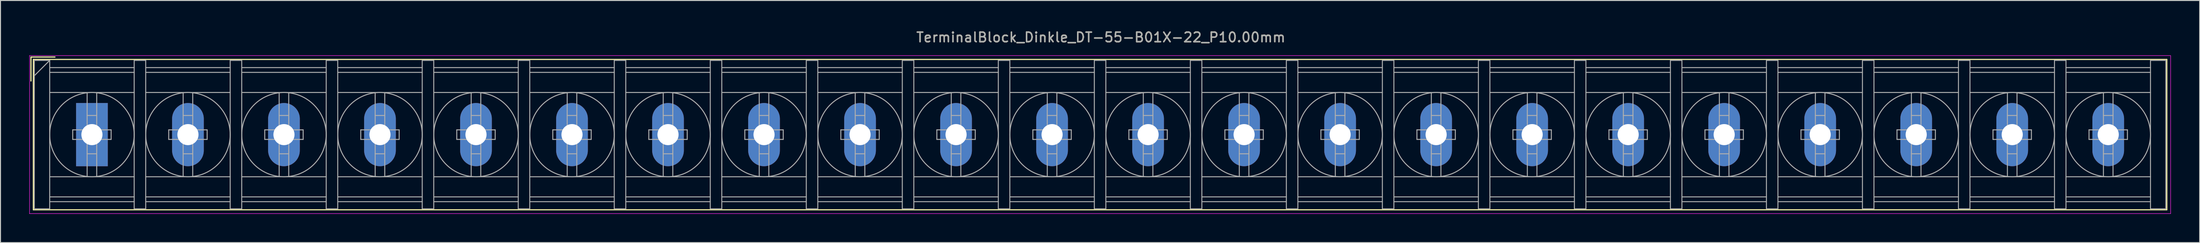
<source format=kicad_pcb>
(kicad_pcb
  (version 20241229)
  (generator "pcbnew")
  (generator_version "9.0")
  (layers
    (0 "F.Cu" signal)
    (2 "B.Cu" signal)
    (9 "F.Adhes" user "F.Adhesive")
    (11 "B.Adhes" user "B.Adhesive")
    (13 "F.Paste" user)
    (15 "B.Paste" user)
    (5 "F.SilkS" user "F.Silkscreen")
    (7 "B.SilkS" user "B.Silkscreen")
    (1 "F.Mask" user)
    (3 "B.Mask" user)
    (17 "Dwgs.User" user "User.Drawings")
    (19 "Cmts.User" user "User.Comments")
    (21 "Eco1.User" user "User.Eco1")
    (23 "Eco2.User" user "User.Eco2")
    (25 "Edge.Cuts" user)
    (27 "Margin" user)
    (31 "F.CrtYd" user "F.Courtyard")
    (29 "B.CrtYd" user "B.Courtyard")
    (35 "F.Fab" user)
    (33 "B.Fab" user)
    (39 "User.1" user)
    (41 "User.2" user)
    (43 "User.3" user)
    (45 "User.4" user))
  (footprint "TerminalBlock_Dinkle_DT-55-B01X-22_P10.00mm"
    (layer "F.Cu")
    (at 6.525 11.008)
    (property "Reference" "TerminalBlock_Dinkle_DT-55-B01X-22_P10.00mm" (at 105.08 -10.16 0) (layer "F.SilkS") (effects (font (size 1 1) (thickness 0.15))))
    (attr through_hole)
    (fp_line (start -6.35 -8.1) (end -3.85 -8.1) (stroke (width 0.12) (type solid)) (layer "F.SilkS"))
    (fp_line (start -6.35 -5.6) (end -6.35 -8.1) (stroke (width 0.12) (type solid)) (layer "F.SilkS"))
    (fp_line (start -6.1 -7.85) (end 216.1 -7.85) (stroke (width 0.12) (type solid)) (layer "F.SilkS"))
    (fp_line (start -6.1 7.85) (end -6.1 -7.85) (stroke (width 0.12) (type solid)) (layer "F.SilkS"))
    (fp_line (start -6.1 7.85) (end 216.1 7.85) (stroke (width 0.12) (type solid)) (layer "F.SilkS"))
    (fp_line (start 216.1 -7.85) (end 216.1 7.85) (stroke (width 0.12) (type solid)) (layer "F.SilkS"))
    (fp_line (start -6.5 -8.25) (end 216.5 -8.25) (stroke (width 0.05) (type solid)) (layer "F.CrtYd"))
    (fp_line (start -6.5 8.25) (end -6.5 -8.25) (stroke (width 0.05) (type solid)) (layer "F.CrtYd"))
    (fp_line (start -6.5 8.25) (end 216.5 8.25) (stroke (width 0.05) (type solid)) (layer "F.CrtYd"))
    (fp_line (start 216.5 -8.25) (end 216.5 8.25) (stroke (width 0.05) (type solid)) (layer "F.CrtYd"))
    (fp_line (start -6 -7.75) (end -6 7.75) (stroke (width 0.1) (type solid)) (layer "F.Fab"))
    (fp_line (start -6 -7.75) (end -4.4 -7.75) (stroke (width 0.1) (type solid)) (layer "F.Fab"))
    (fp_line (start -6 7.75) (end -4.4 7.75) (stroke (width 0.1) (type solid)) (layer "F.Fab"))
    (fp_line (start -4.4 -7.75) (end -6 -6.15) (stroke (width 0.1) (type solid)) (layer "F.Fab"))
    (fp_line (start -4.4 -7.75) (end -4.4 7.75) (stroke (width 0.1) (type solid)) (layer "F.Fab"))
    (fp_line (start -4.4 -7) (end 4.4 -7) (stroke (width 0.1) (type solid)) (layer "F.Fab"))
    (fp_line (start -4.4 -6.5) (end 4.4 -6.5) (stroke (width 0.1) (type solid)) (layer "F.Fab"))
    (fp_line (start -4.4 -4.4) (end 4.4 -4.4) (stroke (width 0.1) (type solid)) (layer "F.Fab"))
    (fp_line (start -4.4 4.4) (end 4.4 4.4) (stroke (width 0.1) (type solid)) (layer "F.Fab"))
    (fp_line (start -4.4 6.5) (end 4.4 6.5) (stroke (width 0.1) (type solid)) (layer "F.Fab"))
    (fp_line (start -4.4 7) (end 4.4 7) (stroke (width 0.1) (type solid)) (layer "F.Fab"))
    (fp_line (start -2 -0.5) (end -2 0.5) (stroke (width 0.1) (type solid)) (layer "F.Fab"))
    (fp_line (start -2 0.5) (end -0.5 0.5) (stroke (width 0.1) (type solid)) (layer "F.Fab"))
    (fp_line (start -0.5 -4.35) (end -0.5 -0.5) (stroke (width 0.1) (type solid)) (layer "F.Fab"))
    (fp_line (start -0.5 -2) (end 0.5 -2) (stroke (width 0.1) (type solid)) (layer "F.Fab"))
    (fp_line (start -0.5 -0.5) (end -2 -0.5) (stroke (width 0.1) (type solid)) (layer "F.Fab"))
    (fp_line (start -0.5 0.5) (end -0.5 4.35) (stroke (width 0.1) (type solid)) (layer "F.Fab"))
    (fp_line (start -0.5 2) (end 0.5 2) (stroke (width 0.1) (type solid)) (layer "F.Fab"))
    (fp_line (start 0.5 -4.35) (end 0.5 -0.5) (stroke (width 0.1) (type solid)) (layer "F.Fab"))
    (fp_line (start 0.5 -0.5) (end 2 -0.5) (stroke (width 0.1) (type solid)) (layer "F.Fab"))
    (fp_line (start 0.5 0.5) (end 0.5 4.35) (stroke (width 0.1) (type solid)) (layer "F.Fab"))
    (fp_line (start 2 -0.5) (end 2 0.5) (stroke (width 0.1) (type solid)) (layer "F.Fab"))
    (fp_line (start 2 0.5) (end 0.5 0.5) (stroke (width 0.1) (type solid)) (layer "F.Fab"))
    (fp_line (start 4.4 -7.75) (end 4.4 7.75) (stroke (width 0.1) (type solid)) (layer "F.Fab"))
    (fp_line (start 4.4 -7.75) (end 5.6 -7.75) (stroke (width 0.1) (type solid)) (layer "F.Fab"))
    (fp_line (start 4.4 7.75) (end 5.6 7.75) (stroke (width 0.1) (type solid)) (layer "F.Fab"))
    (fp_line (start 5.6 -7.75) (end 5.6 7.75) (stroke (width 0.1) (type solid)) (layer "F.Fab"))
    (fp_line (start 5.6 -7) (end 14.4 -7) (stroke (width 0.1) (type solid)) (layer "F.Fab"))
    (fp_line (start 5.6 -6.5) (end 14.4 -6.5) (stroke (width 0.1) (type solid)) (layer "F.Fab"))
    (fp_line (start 5.6 -4.4) (end 14.4 -4.4) (stroke (width 0.1) (type solid)) (layer "F.Fab"))
    (fp_line (start 5.6 4.4) (end 14.4 4.4) (stroke (width 0.1) (type solid)) (layer "F.Fab"))
    (fp_line (start 5.6 6.5) (end 14.4 6.5) (stroke (width 0.1) (type solid)) (layer "F.Fab"))
    (fp_line (start 5.6 7) (end 14.4 7) (stroke (width 0.1) (type solid)) (layer "F.Fab"))
    (fp_line (start 8 -0.5) (end 8 0.5) (stroke (width 0.1) (type solid)) (layer "F.Fab"))
    (fp_line (start 8 0.5) (end 9.5 0.5) (stroke (width 0.1) (type solid)) (layer "F.Fab"))
    (fp_line (start 9.5 -4.35) (end 9.5 -0.5) (stroke (width 0.1) (type solid)) (layer "F.Fab"))
    (fp_line (start 9.5 -2) (end 10.5 -2) (stroke (width 0.1) (type solid)) (layer "F.Fab"))
    (fp_line (start 9.5 -0.5) (end 8 -0.5) (stroke (width 0.1) (type solid)) (layer "F.Fab"))
    (fp_line (start 9.5 0.5) (end 9.5 4.35) (stroke (width 0.1) (type solid)) (layer "F.Fab"))
    (fp_line (start 9.5 2) (end 10.5 2) (stroke (width 0.1) (type solid)) (layer "F.Fab"))
    (fp_line (start 10.5 -4.35) (end 10.5 -0.5) (stroke (width 0.1) (type solid)) (layer "F.Fab"))
    (fp_line (start 10.5 -0.5) (end 12 -0.5) (stroke (width 0.1) (type solid)) (layer "F.Fab"))
    (fp_line (start 10.5 0.5) (end 10.5 4.35) (stroke (width 0.1) (type solid)) (layer "F.Fab"))
    (fp_line (start 12 -0.5) (end 12 0.5) (stroke (width 0.1) (type solid)) (layer "F.Fab"))
    (fp_line (start 12 0.5) (end 10.5 0.5) (stroke (width 0.1) (type solid)) (layer "F.Fab"))
    (fp_line (start 14.4 -7.75) (end 14.4 7.75) (stroke (width 0.1) (type solid)) (layer "F.Fab"))
    (fp_line (start 14.4 -7.75) (end 15.6 -7.75) (stroke (width 0.1) (type solid)) (layer "F.Fab"))
    (fp_line (start 14.4 7.75) (end 15.6 7.75) (stroke (width 0.1) (type solid)) (layer "F.Fab"))
    (fp_line (start 15.6 -7.75) (end 15.6 7.75) (stroke (width 0.1) (type solid)) (layer "F.Fab"))
    (fp_line (start 15.6 -7) (end 24.4 -7) (stroke (width 0.1) (type solid)) (layer "F.Fab"))
    (fp_line (start 15.6 -6.5) (end 24.4 -6.5) (stroke (width 0.1) (type solid)) (layer "F.Fab"))
    (fp_line (start 15.6 -4.4) (end 24.4 -4.4) (stroke (width 0.1) (type solid)) (layer "F.Fab"))
    (fp_line (start 15.6 4.4) (end 24.4 4.4) (stroke (width 0.1) (type solid)) (layer "F.Fab"))
    (fp_line (start 15.6 6.5) (end 24.4 6.5) (stroke (width 0.1) (type solid)) (layer "F.Fab"))
    (fp_line (start 15.6 7) (end 24.4 7) (stroke (width 0.1) (type solid)) (layer "F.Fab"))
    (fp_line (start 18 -0.5) (end 18 0.5) (stroke (width 0.1) (type solid)) (layer "F.Fab"))
    (fp_line (start 18 0.5) (end 19.5 0.5) (stroke (width 0.1) (type solid)) (layer "F.Fab"))
    (fp_line (start 19.5 -4.35) (end 19.5 -0.5) (stroke (width 0.1) (type solid)) (layer "F.Fab"))
    (fp_line (start 19.5 -2) (end 20.5 -2) (stroke (width 0.1) (type solid)) (layer "F.Fab"))
    (fp_line (start 19.5 -0.5) (end 18 -0.5) (stroke (width 0.1) (type solid)) (layer "F.Fab"))
    (fp_line (start 19.5 0.5) (end 19.5 4.35) (stroke (width 0.1) (type solid)) (layer "F.Fab"))
    (fp_line (start 19.5 2) (end 20.5 2) (stroke (width 0.1) (type solid)) (layer "F.Fab"))
    (fp_line (start 20.5 -4.35) (end 20.5 -0.5) (stroke (width 0.1) (type solid)) (layer "F.Fab"))
    (fp_line (start 20.5 -0.5) (end 22 -0.5) (stroke (width 0.1) (type solid)) (layer "F.Fab"))
    (fp_line (start 20.5 0.5) (end 20.5 4.35) (stroke (width 0.1) (type solid)) (layer "F.Fab"))
    (fp_line (start 22 -0.5) (end 22 0.5) (stroke (width 0.1) (type solid)) (layer "F.Fab"))
    (fp_line (start 22 0.5) (end 20.5 0.5) (stroke (width 0.1) (type solid)) (layer "F.Fab"))
    (fp_line (start 24.4 -7.75) (end 24.4 7.75) (stroke (width 0.1) (type solid)) (layer "F.Fab"))
    (fp_line (start 24.4 -7.75) (end 25.6 -7.75) (stroke (width 0.1) (type solid)) (layer "F.Fab"))
    (fp_line (start 24.4 7.75) (end 25.6 7.75) (stroke (width 0.1) (type solid)) (layer "F.Fab"))
    (fp_line (start 25.6 -7.75) (end 25.6 7.75) (stroke (width 0.1) (type solid)) (layer "F.Fab"))
    (fp_line (start 25.6 -7) (end 34.4 -7) (stroke (width 0.1) (type solid)) (layer "F.Fab"))
    (fp_line (start 25.6 -6.5) (end 34.4 -6.5) (stroke (width 0.1) (type solid)) (layer "F.Fab"))
    (fp_line (start 25.6 -4.4) (end 34.4 -4.4) (stroke (width 0.1) (type solid)) (layer "F.Fab"))
    (fp_line (start 25.6 4.4) (end 34.4 4.4) (stroke (width 0.1) (type solid)) (layer "F.Fab"))
    (fp_line (start 25.6 6.5) (end 34.4 6.5) (stroke (width 0.1) (type solid)) (layer "F.Fab"))
    (fp_line (start 25.6 7) (end 34.4 7) (stroke (width 0.1) (type solid)) (layer "F.Fab"))
    (fp_line (start 28 -0.5) (end 28 0.5) (stroke (width 0.1) (type solid)) (layer "F.Fab"))
    (fp_line (start 28 0.5) (end 29.5 0.5) (stroke (width 0.1) (type solid)) (layer "F.Fab"))
    (fp_line (start 29.5 -4.35) (end 29.5 -0.5) (stroke (width 0.1) (type solid)) (layer "F.Fab"))
    (fp_line (start 29.5 -2) (end 30.5 -2) (stroke (width 0.1) (type solid)) (layer "F.Fab"))
    (fp_line (start 29.5 -0.5) (end 28 -0.5) (stroke (width 0.1) (type solid)) (layer "F.Fab"))
    (fp_line (start 29.5 0.5) (end 29.5 4.35) (stroke (width 0.1) (type solid)) (layer "F.Fab"))
    (fp_line (start 29.5 2) (end 30.5 2) (stroke (width 0.1) (type solid)) (layer "F.Fab"))
    (fp_line (start 30.5 -4.35) (end 30.5 -0.5) (stroke (width 0.1) (type solid)) (layer "F.Fab"))
    (fp_line (start 30.5 -0.5) (end 32 -0.5) (stroke (width 0.1) (type solid)) (layer "F.Fab"))
    (fp_line (start 30.5 0.5) (end 30.5 4.35) (stroke (width 0.1) (type solid)) (layer "F.Fab"))
    (fp_line (start 32 -0.5) (end 32 0.5) (stroke (width 0.1) (type solid)) (layer "F.Fab"))
    (fp_line (start 32 0.5) (end 30.5 0.5) (stroke (width 0.1) (type solid)) (layer "F.Fab"))
    (fp_line (start 34.4 -7.75) (end 34.4 7.75) (stroke (width 0.1) (type solid)) (layer "F.Fab"))
    (fp_line (start 34.4 -7.75) (end 35.6 -7.75) (stroke (width 0.1) (type solid)) (layer "F.Fab"))
    (fp_line (start 34.4 7.75) (end 35.6 7.75) (stroke (width 0.1) (type solid)) (layer "F.Fab"))
    (fp_line (start 35.6 -7.75) (end 35.6 7.75) (stroke (width 0.1) (type solid)) (layer "F.Fab"))
    (fp_line (start 35.6 -7) (end 44.4 -7) (stroke (width 0.1) (type solid)) (layer "F.Fab"))
    (fp_line (start 35.6 -6.5) (end 44.4 -6.5) (stroke (width 0.1) (type solid)) (layer "F.Fab"))
    (fp_line (start 35.6 -4.4) (end 44.4 -4.4) (stroke (width 0.1) (type solid)) (layer "F.Fab"))
    (fp_line (start 35.6 4.4) (end 44.4 4.4) (stroke (width 0.1) (type solid)) (layer "F.Fab"))
    (fp_line (start 35.6 6.5) (end 44.4 6.5) (stroke (width 0.1) (type solid)) (layer "F.Fab"))
    (fp_line (start 35.6 7) (end 44.4 7) (stroke (width 0.1) (type solid)) (layer "F.Fab"))
    (fp_line (start 38 -0.5) (end 38 0.5) (stroke (width 0.1) (type solid)) (layer "F.Fab"))
    (fp_line (start 38 0.5) (end 39.5 0.5) (stroke (width 0.1) (type solid)) (layer "F.Fab"))
    (fp_line (start 39.5 -4.35) (end 39.5 -0.5) (stroke (width 0.1) (type solid)) (layer "F.Fab"))
    (fp_line (start 39.5 -2) (end 40.5 -2) (stroke (width 0.1) (type solid)) (layer "F.Fab"))
    (fp_line (start 39.5 -0.5) (end 38 -0.5) (stroke (width 0.1) (type solid)) (layer "F.Fab"))
    (fp_line (start 39.5 0.5) (end 39.5 4.35) (stroke (width 0.1) (type solid)) (layer "F.Fab"))
    (fp_line (start 39.5 2) (end 40.5 2) (stroke (width 0.1) (type solid)) (layer "F.Fab"))
    (fp_line (start 40.5 -4.35) (end 40.5 -0.5) (stroke (width 0.1) (type solid)) (layer "F.Fab"))
    (fp_line (start 40.5 -0.5) (end 42 -0.5) (stroke (width 0.1) (type solid)) (layer "F.Fab"))
    (fp_line (start 40.5 0.5) (end 40.5 4.35) (stroke (width 0.1) (type solid)) (layer "F.Fab"))
    (fp_line (start 42 -0.5) (end 42 0.5) (stroke (width 0.1) (type solid)) (layer "F.Fab"))
    (fp_line (start 42 0.5) (end 40.5 0.5) (stroke (width 0.1) (type solid)) (layer "F.Fab"))
    (fp_line (start 44.4 -7.75) (end 44.4 7.75) (stroke (width 0.1) (type solid)) (layer "F.Fab"))
    (fp_line (start 44.4 -7.75) (end 45.6 -7.75) (stroke (width 0.1) (type solid)) (layer "F.Fab"))
    (fp_line (start 44.4 7.75) (end 45.6 7.75) (stroke (width 0.1) (type solid)) (layer "F.Fab"))
    (fp_line (start 45.6 -7.75) (end 45.6 7.75) (stroke (width 0.1) (type solid)) (layer "F.Fab"))
    (fp_line (start 45.6 -7) (end 54.4 -7) (stroke (width 0.1) (type solid)) (layer "F.Fab"))
    (fp_line (start 45.6 -6.5) (end 54.4 -6.5) (stroke (width 0.1) (type solid)) (layer "F.Fab"))
    (fp_line (start 45.6 -4.4) (end 54.4 -4.4) (stroke (width 0.1) (type solid)) (layer "F.Fab"))
    (fp_line (start 45.6 4.4) (end 54.4 4.4) (stroke (width 0.1) (type solid)) (layer "F.Fab"))
    (fp_line (start 45.6 6.5) (end 54.4 6.5) (stroke (width 0.1) (type solid)) (layer "F.Fab"))
    (fp_line (start 45.6 7) (end 54.4 7) (stroke (width 0.1) (type solid)) (layer "F.Fab"))
    (fp_line (start 48 -0.5) (end 48 0.5) (stroke (width 0.1) (type solid)) (layer "F.Fab"))
    (fp_line (start 48 0.5) (end 49.5 0.5) (stroke (width 0.1) (type solid)) (layer "F.Fab"))
    (fp_line (start 49.5 -4.35) (end 49.5 -0.5) (stroke (width 0.1) (type solid)) (layer "F.Fab"))
    (fp_line (start 49.5 -2) (end 50.5 -2) (stroke (width 0.1) (type solid)) (layer "F.Fab"))
    (fp_line (start 49.5 -0.5) (end 48 -0.5) (stroke (width 0.1) (type solid)) (layer "F.Fab"))
    (fp_line (start 49.5 0.5) (end 49.5 4.35) (stroke (width 0.1) (type solid)) (layer "F.Fab"))
    (fp_line (start 49.5 2) (end 50.5 2) (stroke (width 0.1) (type solid)) (layer "F.Fab"))
    (fp_line (start 50.5 -4.35) (end 50.5 -0.5) (stroke (width 0.1) (type solid)) (layer "F.Fab"))
    (fp_line (start 50.5 -0.5) (end 52 -0.5) (stroke (width 0.1) (type solid)) (layer "F.Fab"))
    (fp_line (start 50.5 0.5) (end 50.5 4.35) (stroke (width 0.1) (type solid)) (layer "F.Fab"))
    (fp_line (start 52 -0.5) (end 52 0.5) (stroke (width 0.1) (type solid)) (layer "F.Fab"))
    (fp_line (start 52 0.5) (end 50.5 0.5) (stroke (width 0.1) (type solid)) (layer "F.Fab"))
    (fp_line (start 54.4 -7.75) (end 54.4 7.75) (stroke (width 0.1) (type solid)) (layer "F.Fab"))
    (fp_line (start 54.4 -7.75) (end 55.6 -7.75) (stroke (width 0.1) (type solid)) (layer "F.Fab"))
    (fp_line (start 54.4 7.75) (end 55.6 7.75) (stroke (width 0.1) (type solid)) (layer "F.Fab"))
    (fp_line (start 55.6 -7.75) (end 55.6 7.75) (stroke (width 0.1) (type solid)) (layer "F.Fab"))
    (fp_line (start 55.6 -7) (end 64.4 -7) (stroke (width 0.1) (type solid)) (layer "F.Fab"))
    (fp_line (start 55.6 -6.5) (end 64.4 -6.5) (stroke (width 0.1) (type solid)) (layer "F.Fab"))
    (fp_line (start 55.6 -4.4) (end 64.4 -4.4) (stroke (width 0.1) (type solid)) (layer "F.Fab"))
    (fp_line (start 55.6 4.4) (end 64.4 4.4) (stroke (width 0.1) (type solid)) (layer "F.Fab"))
    (fp_line (start 55.6 6.5) (end 64.4 6.5) (stroke (width 0.1) (type solid)) (layer "F.Fab"))
    (fp_line (start 55.6 7) (end 64.4 7) (stroke (width 0.1) (type solid)) (layer "F.Fab"))
    (fp_line (start 58 -0.5) (end 58 0.5) (stroke (width 0.1) (type solid)) (layer "F.Fab"))
    (fp_line (start 58 0.5) (end 59.5 0.5) (stroke (width 0.1) (type solid)) (layer "F.Fab"))
    (fp_line (start 59.5 -4.35) (end 59.5 -0.5) (stroke (width 0.1) (type solid)) (layer "F.Fab"))
    (fp_line (start 59.5 -2) (end 60.5 -2) (stroke (width 0.1) (type solid)) (layer "F.Fab"))
    (fp_line (start 59.5 -0.5) (end 58 -0.5) (stroke (width 0.1) (type solid)) (layer "F.Fab"))
    (fp_line (start 59.5 0.5) (end 59.5 4.35) (stroke (width 0.1) (type solid)) (layer "F.Fab"))
    (fp_line (start 59.5 2) (end 60.5 2) (stroke (width 0.1) (type solid)) (layer "F.Fab"))
    (fp_line (start 60.5 -4.35) (end 60.5 -0.5) (stroke (width 0.1) (type solid)) (layer "F.Fab"))
    (fp_line (start 60.5 -0.5) (end 62 -0.5) (stroke (width 0.1) (type solid)) (layer "F.Fab"))
    (fp_line (start 60.5 0.5) (end 60.5 4.35) (stroke (width 0.1) (type solid)) (layer "F.Fab"))
    (fp_line (start 62 -0.5) (end 62 0.5) (stroke (width 0.1) (type solid)) (layer "F.Fab"))
    (fp_line (start 62 0.5) (end 60.5 0.5) (stroke (width 0.1) (type solid)) (layer "F.Fab"))
    (fp_line (start 64.4 -7.75) (end 64.4 7.75) (stroke (width 0.1) (type solid)) (layer "F.Fab"))
    (fp_line (start 64.4 -7.75) (end 65.6 -7.75) (stroke (width 0.1) (type solid)) (layer "F.Fab"))
    (fp_line (start 64.4 7.75) (end 65.6 7.75) (stroke (width 0.1) (type solid)) (layer "F.Fab"))
    (fp_line (start 65.6 -7.75) (end 65.6 7.75) (stroke (width 0.1) (type solid)) (layer "F.Fab"))
    (fp_line (start 65.6 -7) (end 74.4 -7) (stroke (width 0.1) (type solid)) (layer "F.Fab"))
    (fp_line (start 65.6 -6.5) (end 74.4 -6.5) (stroke (width 0.1) (type solid)) (layer "F.Fab"))
    (fp_line (start 65.6 -4.4) (end 74.4 -4.4) (stroke (width 0.1) (type solid)) (layer "F.Fab"))
    (fp_line (start 65.6 4.4) (end 74.4 4.4) (stroke (width 0.1) (type solid)) (layer "F.Fab"))
    (fp_line (start 65.6 6.5) (end 74.4 6.5) (stroke (width 0.1) (type solid)) (layer "F.Fab"))
    (fp_line (start 65.6 7) (end 74.4 7) (stroke (width 0.1) (type solid)) (layer "F.Fab"))
    (fp_line (start 68 -0.5) (end 68 0.5) (stroke (width 0.1) (type solid)) (layer "F.Fab"))
    (fp_line (start 68 0.5) (end 69.5 0.5) (stroke (width 0.1) (type solid)) (layer "F.Fab"))
    (fp_line (start 69.5 -4.35) (end 69.5 -0.5) (stroke (width 0.1) (type solid)) (layer "F.Fab"))
    (fp_line (start 69.5 -2) (end 70.5 -2) (stroke (width 0.1) (type solid)) (layer "F.Fab"))
    (fp_line (start 69.5 -0.5) (end 68 -0.5) (stroke (width 0.1) (type solid)) (layer "F.Fab"))
    (fp_line (start 69.5 0.5) (end 69.5 4.35) (stroke (width 0.1) (type solid)) (layer "F.Fab"))
    (fp_line (start 69.5 2) (end 70.5 2) (stroke (width 0.1) (type solid)) (layer "F.Fab"))
    (fp_line (start 70.5 -4.35) (end 70.5 -0.5) (stroke (width 0.1) (type solid)) (layer "F.Fab"))
    (fp_line (start 70.5 -0.5) (end 72 -0.5) (stroke (width 0.1) (type solid)) (layer "F.Fab"))
    (fp_line (start 70.5 0.5) (end 70.5 4.35) (stroke (width 0.1) (type solid)) (layer "F.Fab"))
    (fp_line (start 72 -0.5) (end 72 0.5) (stroke (width 0.1) (type solid)) (layer "F.Fab"))
    (fp_line (start 72 0.5) (end 70.5 0.5) (stroke (width 0.1) (type solid)) (layer "F.Fab"))
    (fp_line (start 74.4 -7.75) (end 74.4 7.75) (stroke (width 0.1) (type solid)) (layer "F.Fab"))
    (fp_line (start 74.4 -7.75) (end 75.6 -7.75) (stroke (width 0.1) (type solid)) (layer "F.Fab"))
    (fp_line (start 74.4 7.75) (end 75.6 7.75) (stroke (width 0.1) (type solid)) (layer "F.Fab"))
    (fp_line (start 75.6 -7.75) (end 75.6 7.75) (stroke (width 0.1) (type solid)) (layer "F.Fab"))
    (fp_line (start 75.6 -7) (end 84.4 -7) (stroke (width 0.1) (type solid)) (layer "F.Fab"))
    (fp_line (start 75.6 -6.5) (end 84.4 -6.5) (stroke (width 0.1) (type solid)) (layer "F.Fab"))
    (fp_line (start 75.6 -4.4) (end 84.4 -4.4) (stroke (width 0.1) (type solid)) (layer "F.Fab"))
    (fp_line (start 75.6 4.4) (end 84.4 4.4) (stroke (width 0.1) (type solid)) (layer "F.Fab"))
    (fp_line (start 75.6 6.5) (end 84.4 6.5) (stroke (width 0.1) (type solid)) (layer "F.Fab"))
    (fp_line (start 75.6 7) (end 84.4 7) (stroke (width 0.1) (type solid)) (layer "F.Fab"))
    (fp_line (start 78 -0.5) (end 78 0.5) (stroke (width 0.1) (type solid)) (layer "F.Fab"))
    (fp_line (start 78 0.5) (end 79.5 0.5) (stroke (width 0.1) (type solid)) (layer "F.Fab"))
    (fp_line (start 79.5 -4.35) (end 79.5 -0.5) (stroke (width 0.1) (type solid)) (layer "F.Fab"))
    (fp_line (start 79.5 -2) (end 80.5 -2) (stroke (width 0.1) (type solid)) (layer "F.Fab"))
    (fp_line (start 79.5 -0.5) (end 78 -0.5) (stroke (width 0.1) (type solid)) (layer "F.Fab"))
    (fp_line (start 79.5 0.5) (end 79.5 4.35) (stroke (width 0.1) (type solid)) (layer "F.Fab"))
    (fp_line (start 79.5 2) (end 80.5 2) (stroke (width 0.1) (type solid)) (layer "F.Fab"))
    (fp_line (start 80.5 -4.35) (end 80.5 -0.5) (stroke (width 0.1) (type solid)) (layer "F.Fab"))
    (fp_line (start 80.5 -0.5) (end 82 -0.5) (stroke (width 0.1) (type solid)) (layer "F.Fab"))
    (fp_line (start 80.5 0.5) (end 80.5 4.35) (stroke (width 0.1) (type solid)) (layer "F.Fab"))
    (fp_line (start 82 -0.5) (end 82 0.5) (stroke (width 0.1) (type solid)) (layer "F.Fab"))
    (fp_line (start 82 0.5) (end 80.5 0.5) (stroke (width 0.1) (type solid)) (layer "F.Fab"))
    (fp_line (start 84.4 -7.75) (end 84.4 7.75) (stroke (width 0.1) (type solid)) (layer "F.Fab"))
    (fp_line (start 84.4 -7.75) (end 85.6 -7.75) (stroke (width 0.1) (type solid)) (layer "F.Fab"))
    (fp_line (start 84.4 7.75) (end 85.6 7.75) (stroke (width 0.1) (type solid)) (layer "F.Fab"))
    (fp_line (start 85.6 -7.75) (end 85.6 7.75) (stroke (width 0.1) (type solid)) (layer "F.Fab"))
    (fp_line (start 85.6 -7) (end 94.4 -7) (stroke (width 0.1) (type solid)) (layer "F.Fab"))
    (fp_line (start 85.6 -6.5) (end 94.4 -6.5) (stroke (width 0.1) (type solid)) (layer "F.Fab"))
    (fp_line (start 85.6 -4.4) (end 94.4 -4.4) (stroke (width 0.1) (type solid)) (layer "F.Fab"))
    (fp_line (start 85.6 4.4) (end 94.4 4.4) (stroke (width 0.1) (type solid)) (layer "F.Fab"))
    (fp_line (start 85.6 6.5) (end 94.4 6.5) (stroke (width 0.1) (type solid)) (layer "F.Fab"))
    (fp_line (start 85.6 7) (end 94.4 7) (stroke (width 0.1) (type solid)) (layer "F.Fab"))
    (fp_line (start 88 -0.5) (end 88 0.5) (stroke (width 0.1) (type solid)) (layer "F.Fab"))
    (fp_line (start 88 0.5) (end 89.5 0.5) (stroke (width 0.1) (type solid)) (layer "F.Fab"))
    (fp_line (start 89.5 -4.35) (end 89.5 -0.5) (stroke (width 0.1) (type solid)) (layer "F.Fab"))
    (fp_line (start 89.5 -2) (end 90.5 -2) (stroke (width 0.1) (type solid)) (layer "F.Fab"))
    (fp_line (start 89.5 -0.5) (end 88 -0.5) (stroke (width 0.1) (type solid)) (layer "F.Fab"))
    (fp_line (start 89.5 0.5) (end 89.5 4.35) (stroke (width 0.1) (type solid)) (layer "F.Fab"))
    (fp_line (start 89.5 2) (end 90.5 2) (stroke (width 0.1) (type solid)) (layer "F.Fab"))
    (fp_line (start 90.5 -4.35) (end 90.5 -0.5) (stroke (width 0.1) (type solid)) (layer "F.Fab"))
    (fp_line (start 90.5 -0.5) (end 92 -0.5) (stroke (width 0.1) (type solid)) (layer "F.Fab"))
    (fp_line (start 90.5 0.5) (end 90.5 4.35) (stroke (width 0.1) (type solid)) (layer "F.Fab"))
    (fp_line (start 92 -0.5) (end 92 0.5) (stroke (width 0.1) (type solid)) (layer "F.Fab"))
    (fp_line (start 92 0.5) (end 90.5 0.5) (stroke (width 0.1) (type solid)) (layer "F.Fab"))
    (fp_line (start 94.4 -7.75) (end 94.4 7.75) (stroke (width 0.1) (type solid)) (layer "F.Fab"))
    (fp_line (start 94.4 -7.75) (end 95.6 -7.75) (stroke (width 0.1) (type solid)) (layer "F.Fab"))
    (fp_line (start 94.4 7.75) (end 95.6 7.75) (stroke (width 0.1) (type solid)) (layer "F.Fab"))
    (fp_line (start 95.6 -7.75) (end 95.6 7.75) (stroke (width 0.1) (type solid)) (layer "F.Fab"))
    (fp_line (start 95.6 -7) (end 104.4 -7) (stroke (width 0.1) (type solid)) (layer "F.Fab"))
    (fp_line (start 95.6 -6.5) (end 104.4 -6.5) (stroke (width 0.1) (type solid)) (layer "F.Fab"))
    (fp_line (start 95.6 -4.4) (end 104.4 -4.4) (stroke (width 0.1) (type solid)) (layer "F.Fab"))
    (fp_line (start 95.6 4.4) (end 104.4 4.4) (stroke (width 0.1) (type solid)) (layer "F.Fab"))
    (fp_line (start 95.6 6.5) (end 104.4 6.5) (stroke (width 0.1) (type solid)) (layer "F.Fab"))
    (fp_line (start 95.6 7) (end 104.4 7) (stroke (width 0.1) (type solid)) (layer "F.Fab"))
    (fp_line (start 98 -0.5) (end 98 0.5) (stroke (width 0.1) (type solid)) (layer "F.Fab"))
    (fp_line (start 98 0.5) (end 99.5 0.5) (stroke (width 0.1) (type solid)) (layer "F.Fab"))
    (fp_line (start 99.5 -4.35) (end 99.5 -0.5) (stroke (width 0.1) (type solid)) (layer "F.Fab"))
    (fp_line (start 99.5 -2) (end 100.5 -2) (stroke (width 0.1) (type solid)) (layer "F.Fab"))
    (fp_line (start 99.5 -0.5) (end 98 -0.5) (stroke (width 0.1) (type solid)) (layer "F.Fab"))
    (fp_line (start 99.5 0.5) (end 99.5 4.35) (stroke (width 0.1) (type solid)) (layer "F.Fab"))
    (fp_line (start 99.5 2) (end 100.5 2) (stroke (width 0.1) (type solid)) (layer "F.Fab"))
    (fp_line (start 100.5 -4.35) (end 100.5 -0.5) (stroke (width 0.1) (type solid)) (layer "F.Fab"))
    (fp_line (start 100.5 -0.5) (end 102 -0.5) (stroke (width 0.1) (type solid)) (layer "F.Fab"))
    (fp_line (start 100.5 0.5) (end 100.5 4.35) (stroke (width 0.1) (type solid)) (layer "F.Fab"))
    (fp_line (start 102 -0.5) (end 102 0.5) (stroke (width 0.1) (type solid)) (layer "F.Fab"))
    (fp_line (start 102 0.5) (end 100.5 0.5) (stroke (width 0.1) (type solid)) (layer "F.Fab"))
    (fp_line (start 104.4 -7.75) (end 104.4 7.75) (stroke (width 0.1) (type solid)) (layer "F.Fab"))
    (fp_line (start 104.4 -7.75) (end 105.6 -7.75) (stroke (width 0.1) (type solid)) (layer "F.Fab"))
    (fp_line (start 104.4 7.75) (end 105.6 7.75) (stroke (width 0.1) (type solid)) (layer "F.Fab"))
    (fp_line (start 105.6 -7.75) (end 105.6 7.75) (stroke (width 0.1) (type solid)) (layer "F.Fab"))
    (fp_line (start 105.6 -7) (end 114.4 -7) (stroke (width 0.1) (type solid)) (layer "F.Fab"))
    (fp_line (start 105.6 -6.5) (end 114.4 -6.5) (stroke (width 0.1) (type solid)) (layer "F.Fab"))
    (fp_line (start 105.6 -4.4) (end 114.4 -4.4) (stroke (width 0.1) (type solid)) (layer "F.Fab"))
    (fp_line (start 105.6 4.4) (end 114.4 4.4) (stroke (width 0.1) (type solid)) (layer "F.Fab"))
    (fp_line (start 105.6 6.5) (end 114.4 6.5) (stroke (width 0.1) (type solid)) (layer "F.Fab"))
    (fp_line (start 105.6 7) (end 114.4 7) (stroke (width 0.1) (type solid)) (layer "F.Fab"))
    (fp_line (start 108 -0.5) (end 108 0.5) (stroke (width 0.1) (type solid)) (layer "F.Fab"))
    (fp_line (start 108 0.5) (end 109.5 0.5) (stroke (width 0.1) (type solid)) (layer "F.Fab"))
    (fp_line (start 109.5 -4.35) (end 109.5 -0.5) (stroke (width 0.1) (type solid)) (layer "F.Fab"))
    (fp_line (start 109.5 -2) (end 110.5 -2) (stroke (width 0.1) (type solid)) (layer "F.Fab"))
    (fp_line (start 109.5 -0.5) (end 108 -0.5) (stroke (width 0.1) (type solid)) (layer "F.Fab"))
    (fp_line (start 109.5 0.5) (end 109.5 4.35) (stroke (width 0.1) (type solid)) (layer "F.Fab"))
    (fp_line (start 109.5 2) (end 110.5 2) (stroke (width 0.1) (type solid)) (layer "F.Fab"))
    (fp_line (start 110.5 -4.35) (end 110.5 -0.5) (stroke (width 0.1) (type solid)) (layer "F.Fab"))
    (fp_line (start 110.5 -0.5) (end 112 -0.5) (stroke (width 0.1) (type solid)) (layer "F.Fab"))
    (fp_line (start 110.5 0.5) (end 110.5 4.35) (stroke (width 0.1) (type solid)) (layer "F.Fab"))
    (fp_line (start 112 -0.5) (end 112 0.5) (stroke (width 0.1) (type solid)) (layer "F.Fab"))
    (fp_line (start 112 0.5) (end 110.5 0.5) (stroke (width 0.1) (type solid)) (layer "F.Fab"))
    (fp_line (start 114.4 -7.75) (end 114.4 7.75) (stroke (width 0.1) (type solid)) (layer "F.Fab"))
    (fp_line (start 114.4 -7.75) (end 115.6 -7.75) (stroke (width 0.1) (type solid)) (layer "F.Fab"))
    (fp_line (start 114.4 7.75) (end 115.6 7.75) (stroke (width 0.1) (type solid)) (layer "F.Fab"))
    (fp_line (start 115.6 -7.75) (end 115.6 7.75) (stroke (width 0.1) (type solid)) (layer "F.Fab"))
    (fp_line (start 115.6 -7) (end 124.4 -7) (stroke (width 0.1) (type solid)) (layer "F.Fab"))
    (fp_line (start 115.6 -6.5) (end 124.4 -6.5) (stroke (width 0.1) (type solid)) (layer "F.Fab"))
    (fp_line (start 115.6 -4.4) (end 124.4 -4.4) (stroke (width 0.1) (type solid)) (layer "F.Fab"))
    (fp_line (start 115.6 4.4) (end 124.4 4.4) (stroke (width 0.1) (type solid)) (layer "F.Fab"))
    (fp_line (start 115.6 6.5) (end 124.4 6.5) (stroke (width 0.1) (type solid)) (layer "F.Fab"))
    (fp_line (start 115.6 7) (end 124.4 7) (stroke (width 0.1) (type solid)) (layer "F.Fab"))
    (fp_line (start 118 -0.5) (end 118 0.5) (stroke (width 0.1) (type solid)) (layer "F.Fab"))
    (fp_line (start 118 0.5) (end 119.5 0.5) (stroke (width 0.1) (type solid)) (layer "F.Fab"))
    (fp_line (start 119.5 -4.35) (end 119.5 -0.5) (stroke (width 0.1) (type solid)) (layer "F.Fab"))
    (fp_line (start 119.5 -2) (end 120.5 -2) (stroke (width 0.1) (type solid)) (layer "F.Fab"))
    (fp_line (start 119.5 -0.5) (end 118 -0.5) (stroke (width 0.1) (type solid)) (layer "F.Fab"))
    (fp_line (start 119.5 0.5) (end 119.5 4.35) (stroke (width 0.1) (type solid)) (layer "F.Fab"))
    (fp_line (start 119.5 2) (end 120.5 2) (stroke (width 0.1) (type solid)) (layer "F.Fab"))
    (fp_line (start 120.5 -4.35) (end 120.5 -0.5) (stroke (width 0.1) (type solid)) (layer "F.Fab"))
    (fp_line (start 120.5 -0.5) (end 122 -0.5) (stroke (width 0.1) (type solid)) (layer "F.Fab"))
    (fp_line (start 120.5 0.5) (end 120.5 4.35) (stroke (width 0.1) (type solid)) (layer "F.Fab"))
    (fp_line (start 122 -0.5) (end 122 0.5) (stroke (width 0.1) (type solid)) (layer "F.Fab"))
    (fp_line (start 122 0.5) (end 120.5 0.5) (stroke (width 0.1) (type solid)) (layer "F.Fab"))
    (fp_line (start 124.4 -7.75) (end 124.4 7.75) (stroke (width 0.1) (type solid)) (layer "F.Fab"))
    (fp_line (start 124.4 -7.75) (end 125.6 -7.75) (stroke (width 0.1) (type solid)) (layer "F.Fab"))
    (fp_line (start 124.4 7.75) (end 125.6 7.75) (stroke (width 0.1) (type solid)) (layer "F.Fab"))
    (fp_line (start 125.6 -7.75) (end 125.6 7.75) (stroke (width 0.1) (type solid)) (layer "F.Fab"))
    (fp_line (start 125.6 -7) (end 134.4 -7) (stroke (width 0.1) (type solid)) (layer "F.Fab"))
    (fp_line (start 125.6 -6.5) (end 134.4 -6.5) (stroke (width 0.1) (type solid)) (layer "F.Fab"))
    (fp_line (start 125.6 -4.4) (end 134.4 -4.4) (stroke (width 0.1) (type solid)) (layer "F.Fab"))
    (fp_line (start 125.6 4.4) (end 134.4 4.4) (stroke (width 0.1) (type solid)) (layer "F.Fab"))
    (fp_line (start 125.6 6.5) (end 134.4 6.5) (stroke (width 0.1) (type solid)) (layer "F.Fab"))
    (fp_line (start 125.6 7) (end 134.4 7) (stroke (width 0.1) (type solid)) (layer "F.Fab"))
    (fp_line (start 128 -0.5) (end 128 0.5) (stroke (width 0.1) (type solid)) (layer "F.Fab"))
    (fp_line (start 128 0.5) (end 129.5 0.5) (stroke (width 0.1) (type solid)) (layer "F.Fab"))
    (fp_line (start 129.5 -4.35) (end 129.5 -0.5) (stroke (width 0.1) (type solid)) (layer "F.Fab"))
    (fp_line (start 129.5 -2) (end 130.5 -2) (stroke (width 0.1) (type solid)) (layer "F.Fab"))
    (fp_line (start 129.5 -0.5) (end 128 -0.5) (stroke (width 0.1) (type solid)) (layer "F.Fab"))
    (fp_line (start 129.5 0.5) (end 129.5 4.35) (stroke (width 0.1) (type solid)) (layer "F.Fab"))
    (fp_line (start 129.5 2) (end 130.5 2) (stroke (width 0.1) (type solid)) (layer "F.Fab"))
    (fp_line (start 130.5 -4.35) (end 130.5 -0.5) (stroke (width 0.1) (type solid)) (layer "F.Fab"))
    (fp_line (start 130.5 -0.5) (end 132 -0.5) (stroke (width 0.1) (type solid)) (layer "F.Fab"))
    (fp_line (start 130.5 0.5) (end 130.5 4.35) (stroke (width 0.1) (type solid)) (layer "F.Fab"))
    (fp_line (start 132 -0.5) (end 132 0.5) (stroke (width 0.1) (type solid)) (layer "F.Fab"))
    (fp_line (start 132 0.5) (end 130.5 0.5) (stroke (width 0.1) (type solid)) (layer "F.Fab"))
    (fp_line (start 134.4 -7.75) (end 134.4 7.75) (stroke (width 0.1) (type solid)) (layer "F.Fab"))
    (fp_line (start 134.4 -7.75) (end 135.6 -7.75) (stroke (width 0.1) (type solid)) (layer "F.Fab"))
    (fp_line (start 134.4 7.75) (end 135.6 7.75) (stroke (width 0.1) (type solid)) (layer "F.Fab"))
    (fp_line (start 135.6 -7.75) (end 135.6 7.75) (stroke (width 0.1) (type solid)) (layer "F.Fab"))
    (fp_line (start 135.6 -7) (end 144.4 -7) (stroke (width 0.1) (type solid)) (layer "F.Fab"))
    (fp_line (start 135.6 -6.5) (end 144.4 -6.5) (stroke (width 0.1) (type solid)) (layer "F.Fab"))
    (fp_line (start 135.6 -4.4) (end 144.4 -4.4) (stroke (width 0.1) (type solid)) (layer "F.Fab"))
    (fp_line (start 135.6 4.4) (end 144.4 4.4) (stroke (width 0.1) (type solid)) (layer "F.Fab"))
    (fp_line (start 135.6 6.5) (end 144.4 6.5) (stroke (width 0.1) (type solid)) (layer "F.Fab"))
    (fp_line (start 135.6 7) (end 144.4 7) (stroke (width 0.1) (type solid)) (layer "F.Fab"))
    (fp_line (start 138 -0.5) (end 138 0.5) (stroke (width 0.1) (type solid)) (layer "F.Fab"))
    (fp_line (start 138 0.5) (end 139.5 0.5) (stroke (width 0.1) (type solid)) (layer "F.Fab"))
    (fp_line (start 139.5 -4.35) (end 139.5 -0.5) (stroke (width 0.1) (type solid)) (layer "F.Fab"))
    (fp_line (start 139.5 -2) (end 140.5 -2) (stroke (width 0.1) (type solid)) (layer "F.Fab"))
    (fp_line (start 139.5 -0.5) (end 138 -0.5) (stroke (width 0.1) (type solid)) (layer "F.Fab"))
    (fp_line (start 139.5 0.5) (end 139.5 4.35) (stroke (width 0.1) (type solid)) (layer "F.Fab"))
    (fp_line (start 139.5 2) (end 140.5 2) (stroke (width 0.1) (type solid)) (layer "F.Fab"))
    (fp_line (start 140.5 -4.35) (end 140.5 -0.5) (stroke (width 0.1) (type solid)) (layer "F.Fab"))
    (fp_line (start 140.5 -0.5) (end 142 -0.5) (stroke (width 0.1) (type solid)) (layer "F.Fab"))
    (fp_line (start 140.5 0.5) (end 140.5 4.35) (stroke (width 0.1) (type solid)) (layer "F.Fab"))
    (fp_line (start 142 -0.5) (end 142 0.5) (stroke (width 0.1) (type solid)) (layer "F.Fab"))
    (fp_line (start 142 0.5) (end 140.5 0.5) (stroke (width 0.1) (type solid)) (layer "F.Fab"))
    (fp_line (start 144.4 -7.75) (end 144.4 7.75) (stroke (width 0.1) (type solid)) (layer "F.Fab"))
    (fp_line (start 144.4 -7.75) (end 145.6 -7.75) (stroke (width 0.1) (type solid)) (layer "F.Fab"))
    (fp_line (start 144.4 7.75) (end 145.6 7.75) (stroke (width 0.1) (type solid)) (layer "F.Fab"))
    (fp_line (start 145.6 -7.75) (end 145.6 7.75) (stroke (width 0.1) (type solid)) (layer "F.Fab"))
    (fp_line (start 145.6 -7) (end 154.4 -7) (stroke (width 0.1) (type solid)) (layer "F.Fab"))
    (fp_line (start 145.6 -6.5) (end 154.4 -6.5) (stroke (width 0.1) (type solid)) (layer "F.Fab"))
    (fp_line (start 145.6 -4.4) (end 154.4 -4.4) (stroke (width 0.1) (type solid)) (layer "F.Fab"))
    (fp_line (start 145.6 4.4) (end 154.4 4.4) (stroke (width 0.1) (type solid)) (layer "F.Fab"))
    (fp_line (start 145.6 6.5) (end 154.4 6.5) (stroke (width 0.1) (type solid)) (layer "F.Fab"))
    (fp_line (start 145.6 7) (end 154.4 7) (stroke (width 0.1) (type solid)) (layer "F.Fab"))
    (fp_line (start 148 -0.5) (end 148 0.5) (stroke (width 0.1) (type solid)) (layer "F.Fab"))
    (fp_line (start 148 0.5) (end 149.5 0.5) (stroke (width 0.1) (type solid)) (layer "F.Fab"))
    (fp_line (start 149.5 -4.35) (end 149.5 -0.5) (stroke (width 0.1) (type solid)) (layer "F.Fab"))
    (fp_line (start 149.5 -2) (end 150.5 -2) (stroke (width 0.1) (type solid)) (layer "F.Fab"))
    (fp_line (start 149.5 -0.5) (end 148 -0.5) (stroke (width 0.1) (type solid)) (layer "F.Fab"))
    (fp_line (start 149.5 0.5) (end 149.5 4.35) (stroke (width 0.1) (type solid)) (layer "F.Fab"))
    (fp_line (start 149.5 2) (end 150.5 2) (stroke (width 0.1) (type solid)) (layer "F.Fab"))
    (fp_line (start 150.5 -4.35) (end 150.5 -0.5) (stroke (width 0.1) (type solid)) (layer "F.Fab"))
    (fp_line (start 150.5 -0.5) (end 152 -0.5) (stroke (width 0.1) (type solid)) (layer "F.Fab"))
    (fp_line (start 150.5 0.5) (end 150.5 4.35) (stroke (width 0.1) (type solid)) (layer "F.Fab"))
    (fp_line (start 152 -0.5) (end 152 0.5) (stroke (width 0.1) (type solid)) (layer "F.Fab"))
    (fp_line (start 152 0.5) (end 150.5 0.5) (stroke (width 0.1) (type solid)) (layer "F.Fab"))
    (fp_line (start 154.4 -7.75) (end 154.4 7.75) (stroke (width 0.1) (type solid)) (layer "F.Fab"))
    (fp_line (start 154.4 -7.75) (end 155.6 -7.75) (stroke (width 0.1) (type solid)) (layer "F.Fab"))
    (fp_line (start 154.4 7.75) (end 155.6 7.75) (stroke (width 0.1) (type solid)) (layer "F.Fab"))
    (fp_line (start 155.6 -7.75) (end 155.6 7.75) (stroke (width 0.1) (type solid)) (layer "F.Fab"))
    (fp_line (start 155.6 -7) (end 164.4 -7) (stroke (width 0.1) (type solid)) (layer "F.Fab"))
    (fp_line (start 155.6 -6.5) (end 164.4 -6.5) (stroke (width 0.1) (type solid)) (layer "F.Fab"))
    (fp_line (start 155.6 -4.4) (end 164.4 -4.4) (stroke (width 0.1) (type solid)) (layer "F.Fab"))
    (fp_line (start 155.6 4.4) (end 164.4 4.4) (stroke (width 0.1) (type solid)) (layer "F.Fab"))
    (fp_line (start 155.6 6.5) (end 164.4 6.5) (stroke (width 0.1) (type solid)) (layer "F.Fab"))
    (fp_line (start 155.6 7) (end 164.4 7) (stroke (width 0.1) (type solid)) (layer "F.Fab"))
    (fp_line (start 158 -0.5) (end 158 0.5) (stroke (width 0.1) (type solid)) (layer "F.Fab"))
    (fp_line (start 158 0.5) (end 159.5 0.5) (stroke (width 0.1) (type solid)) (layer "F.Fab"))
    (fp_line (start 159.5 -4.35) (end 159.5 -0.5) (stroke (width 0.1) (type solid)) (layer "F.Fab"))
    (fp_line (start 159.5 -2) (end 160.5 -2) (stroke (width 0.1) (type solid)) (layer "F.Fab"))
    (fp_line (start 159.5 -0.5) (end 158 -0.5) (stroke (width 0.1) (type solid)) (layer "F.Fab"))
    (fp_line (start 159.5 0.5) (end 159.5 4.35) (stroke (width 0.1) (type solid)) (layer "F.Fab"))
    (fp_line (start 159.5 2) (end 160.5 2) (stroke (width 0.1) (type solid)) (layer "F.Fab"))
    (fp_line (start 160.5 -4.35) (end 160.5 -0.5) (stroke (width 0.1) (type solid)) (layer "F.Fab"))
    (fp_line (start 160.5 -0.5) (end 162 -0.5) (stroke (width 0.1) (type solid)) (layer "F.Fab"))
    (fp_line (start 160.5 0.5) (end 160.5 4.35) (stroke (width 0.1) (type solid)) (layer "F.Fab"))
    (fp_line (start 162 -0.5) (end 162 0.5) (stroke (width 0.1) (type solid)) (layer "F.Fab"))
    (fp_line (start 162 0.5) (end 160.5 0.5) (stroke (width 0.1) (type solid)) (layer "F.Fab"))
    (fp_line (start 164.4 -7.75) (end 164.4 7.75) (stroke (width 0.1) (type solid)) (layer "F.Fab"))
    (fp_line (start 164.4 -7.75) (end 165.6 -7.75) (stroke (width 0.1) (type solid)) (layer "F.Fab"))
    (fp_line (start 164.4 7.75) (end 165.6 7.75) (stroke (width 0.1) (type solid)) (layer "F.Fab"))
    (fp_line (start 165.6 -7.75) (end 165.6 7.75) (stroke (width 0.1) (type solid)) (layer "F.Fab"))
    (fp_line (start 165.6 -7) (end 174.4 -7) (stroke (width 0.1) (type solid)) (layer "F.Fab"))
    (fp_line (start 165.6 -6.5) (end 174.4 -6.5) (stroke (width 0.1) (type solid)) (layer "F.Fab"))
    (fp_line (start 165.6 -4.4) (end 174.4 -4.4) (stroke (width 0.1) (type solid)) (layer "F.Fab"))
    (fp_line (start 165.6 4.4) (end 174.4 4.4) (stroke (width 0.1) (type solid)) (layer "F.Fab"))
    (fp_line (start 165.6 6.5) (end 174.4 6.5) (stroke (width 0.1) (type solid)) (layer "F.Fab"))
    (fp_line (start 165.6 7) (end 174.4 7) (stroke (width 0.1) (type solid)) (layer "F.Fab"))
    (fp_line (start 168 -0.5) (end 168 0.5) (stroke (width 0.1) (type solid)) (layer "F.Fab"))
    (fp_line (start 168 0.5) (end 169.5 0.5) (stroke (width 0.1) (type solid)) (layer "F.Fab"))
    (fp_line (start 169.5 -4.35) (end 169.5 -0.5) (stroke (width 0.1) (type solid)) (layer "F.Fab"))
    (fp_line (start 169.5 -2) (end 170.5 -2) (stroke (width 0.1) (type solid)) (layer "F.Fab"))
    (fp_line (start 169.5 -0.5) (end 168 -0.5) (stroke (width 0.1) (type solid)) (layer "F.Fab"))
    (fp_line (start 169.5 0.5) (end 169.5 4.35) (stroke (width 0.1) (type solid)) (layer "F.Fab"))
    (fp_line (start 169.5 2) (end 170.5 2) (stroke (width 0.1) (type solid)) (layer "F.Fab"))
    (fp_line (start 170.5 -4.35) (end 170.5 -0.5) (stroke (width 0.1) (type solid)) (layer "F.Fab"))
    (fp_line (start 170.5 -0.5) (end 172 -0.5) (stroke (width 0.1) (type solid)) (layer "F.Fab"))
    (fp_line (start 170.5 0.5) (end 170.5 4.35) (stroke (width 0.1) (type solid)) (layer "F.Fab"))
    (fp_line (start 172 -0.5) (end 172 0.5) (stroke (width 0.1) (type solid)) (layer "F.Fab"))
    (fp_line (start 172 0.5) (end 170.5 0.5) (stroke (width 0.1) (type solid)) (layer "F.Fab"))
    (fp_line (start 174.4 -7.75) (end 174.4 7.75) (stroke (width 0.1) (type solid)) (layer "F.Fab"))
    (fp_line (start 174.4 -7.75) (end 175.6 -7.75) (stroke (width 0.1) (type solid)) (layer "F.Fab"))
    (fp_line (start 174.4 7.75) (end 175.6 7.75) (stroke (width 0.1) (type solid)) (layer "F.Fab"))
    (fp_line (start 175.6 -7.75) (end 175.6 7.75) (stroke (width 0.1) (type solid)) (layer "F.Fab"))
    (fp_line (start 175.6 -7) (end 184.4 -7) (stroke (width 0.1) (type solid)) (layer "F.Fab"))
    (fp_line (start 175.6 -6.5) (end 184.4 -6.5) (stroke (width 0.1) (type solid)) (layer "F.Fab"))
    (fp_line (start 175.6 -4.4) (end 184.4 -4.4) (stroke (width 0.1) (type solid)) (layer "F.Fab"))
    (fp_line (start 175.6 4.4) (end 184.4 4.4) (stroke (width 0.1) (type solid)) (layer "F.Fab"))
    (fp_line (start 175.6 6.5) (end 184.4 6.5) (stroke (width 0.1) (type solid)) (layer "F.Fab"))
    (fp_line (start 175.6 7) (end 184.4 7) (stroke (width 0.1) (type solid)) (layer "F.Fab"))
    (fp_line (start 178 -0.5) (end 178 0.5) (stroke (width 0.1) (type solid)) (layer "F.Fab"))
    (fp_line (start 178 0.5) (end 179.5 0.5) (stroke (width 0.1) (type solid)) (layer "F.Fab"))
    (fp_line (start 179.5 -4.35) (end 179.5 -0.5) (stroke (width 0.1) (type solid)) (layer "F.Fab"))
    (fp_line (start 179.5 -2) (end 180.5 -2) (stroke (width 0.1) (type solid)) (layer "F.Fab"))
    (fp_line (start 179.5 -0.5) (end 178 -0.5) (stroke (width 0.1) (type solid)) (layer "F.Fab"))
    (fp_line (start 179.5 0.5) (end 179.5 4.35) (stroke (width 0.1) (type solid)) (layer "F.Fab"))
    (fp_line (start 179.5 2) (end 180.5 2) (stroke (width 0.1) (type solid)) (layer "F.Fab"))
    (fp_line (start 180.5 -4.35) (end 180.5 -0.5) (stroke (width 0.1) (type solid)) (layer "F.Fab"))
    (fp_line (start 180.5 -0.5) (end 182 -0.5) (stroke (width 0.1) (type solid)) (layer "F.Fab"))
    (fp_line (start 180.5 0.5) (end 180.5 4.35) (stroke (width 0.1) (type solid)) (layer "F.Fab"))
    (fp_line (start 182 -0.5) (end 182 0.5) (stroke (width 0.1) (type solid)) (layer "F.Fab"))
    (fp_line (start 182 0.5) (end 180.5 0.5) (stroke (width 0.1) (type solid)) (layer "F.Fab"))
    (fp_line (start 184.4 -7.75) (end 184.4 7.75) (stroke (width 0.1) (type solid)) (layer "F.Fab"))
    (fp_line (start 184.4 -7.75) (end 185.6 -7.75) (stroke (width 0.1) (type solid)) (layer "F.Fab"))
    (fp_line (start 184.4 7.75) (end 185.6 7.75) (stroke (width 0.1) (type solid)) (layer "F.Fab"))
    (fp_line (start 185.6 -7.75) (end 185.6 7.75) (stroke (width 0.1) (type solid)) (layer "F.Fab"))
    (fp_line (start 185.6 -7) (end 194.4 -7) (stroke (width 0.1) (type solid)) (layer "F.Fab"))
    (fp_line (start 185.6 -6.5) (end 194.4 -6.5) (stroke (width 0.1) (type solid)) (layer "F.Fab"))
    (fp_line (start 185.6 -4.4) (end 194.4 -4.4) (stroke (width 0.1) (type solid)) (layer "F.Fab"))
    (fp_line (start 185.6 4.4) (end 194.4 4.4) (stroke (width 0.1) (type solid)) (layer "F.Fab"))
    (fp_line (start 185.6 6.5) (end 194.4 6.5) (stroke (width 0.1) (type solid)) (layer "F.Fab"))
    (fp_line (start 185.6 7) (end 194.4 7) (stroke (width 0.1) (type solid)) (layer "F.Fab"))
    (fp_line (start 188 -0.5) (end 188 0.5) (stroke (width 0.1) (type solid)) (layer "F.Fab"))
    (fp_line (start 188 0.5) (end 189.5 0.5) (stroke (width 0.1) (type solid)) (layer "F.Fab"))
    (fp_line (start 189.5 -4.35) (end 189.5 -0.5) (stroke (width 0.1) (type solid)) (layer "F.Fab"))
    (fp_line (start 189.5 -2) (end 190.5 -2) (stroke (width 0.1) (type solid)) (layer "F.Fab"))
    (fp_line (start 189.5 -0.5) (end 188 -0.5) (stroke (width 0.1) (type solid)) (layer "F.Fab"))
    (fp_line (start 189.5 0.5) (end 189.5 4.35) (stroke (width 0.1) (type solid)) (layer "F.Fab"))
    (fp_line (start 189.5 2) (end 190.5 2) (stroke (width 0.1) (type solid)) (layer "F.Fab"))
    (fp_line (start 190.5 -4.35) (end 190.5 -0.5) (stroke (width 0.1) (type solid)) (layer "F.Fab"))
    (fp_line (start 190.5 -0.5) (end 192 -0.5) (stroke (width 0.1) (type solid)) (layer "F.Fab"))
    (fp_line (start 190.5 0.5) (end 190.5 4.35) (stroke (width 0.1) (type solid)) (layer "F.Fab"))
    (fp_line (start 192 -0.5) (end 192 0.5) (stroke (width 0.1) (type solid)) (layer "F.Fab"))
    (fp_line (start 192 0.5) (end 190.5 0.5) (stroke (width 0.1) (type solid)) (layer "F.Fab"))
    (fp_line (start 194.4 -7.75) (end 194.4 7.75) (stroke (width 0.1) (type solid)) (layer "F.Fab"))
    (fp_line (start 194.4 -7.75) (end 195.6 -7.75) (stroke (width 0.1) (type solid)) (layer "F.Fab"))
    (fp_line (start 194.4 7.75) (end 195.6 7.75) (stroke (width 0.1) (type solid)) (layer "F.Fab"))
    (fp_line (start 195.6 -7.75) (end 195.6 7.75) (stroke (width 0.1) (type solid)) (layer "F.Fab"))
    (fp_line (start 195.6 -7) (end 204.4 -7) (stroke (width 0.1) (type solid)) (layer "F.Fab"))
    (fp_line (start 195.6 -6.5) (end 204.4 -6.5) (stroke (width 0.1) (type solid)) (layer "F.Fab"))
    (fp_line (start 195.6 -4.4) (end 204.4 -4.4) (stroke (width 0.1) (type solid)) (layer "F.Fab"))
    (fp_line (start 195.6 4.4) (end 204.4 4.4) (stroke (width 0.1) (type solid)) (layer "F.Fab"))
    (fp_line (start 195.6 6.5) (end 204.4 6.5) (stroke (width 0.1) (type solid)) (layer "F.Fab"))
    (fp_line (start 195.6 7) (end 204.4 7) (stroke (width 0.1) (type solid)) (layer "F.Fab"))
    (fp_line (start 198 -0.5) (end 198 0.5) (stroke (width 0.1) (type solid)) (layer "F.Fab"))
    (fp_line (start 198 0.5) (end 199.5 0.5) (stroke (width 0.1) (type solid)) (layer "F.Fab"))
    (fp_line (start 199.5 -4.35) (end 199.5 -0.5) (stroke (width 0.1) (type solid)) (layer "F.Fab"))
    (fp_line (start 199.5 -2) (end 200.5 -2) (stroke (width 0.1) (type solid)) (layer "F.Fab"))
    (fp_line (start 199.5 -0.5) (end 198 -0.5) (stroke (width 0.1) (type solid)) (layer "F.Fab"))
    (fp_line (start 199.5 0.5) (end 199.5 4.35) (stroke (width 0.1) (type solid)) (layer "F.Fab"))
    (fp_line (start 199.5 2) (end 200.5 2) (stroke (width 0.1) (type solid)) (layer "F.Fab"))
    (fp_line (start 200.5 -4.35) (end 200.5 -0.5) (stroke (width 0.1) (type solid)) (layer "F.Fab"))
    (fp_line (start 200.5 -0.5) (end 202 -0.5) (stroke (width 0.1) (type solid)) (layer "F.Fab"))
    (fp_line (start 200.5 0.5) (end 200.5 4.35) (stroke (width 0.1) (type solid)) (layer "F.Fab"))
    (fp_line (start 202 -0.5) (end 202 0.5) (stroke (width 0.1) (type solid)) (layer "F.Fab"))
    (fp_line (start 202 0.5) (end 200.5 0.5) (stroke (width 0.1) (type solid)) (layer "F.Fab"))
    (fp_line (start 204.4 -7.75) (end 204.4 7.75) (stroke (width 0.1) (type solid)) (layer "F.Fab"))
    (fp_line (start 204.4 -7.75) (end 205.6 -7.75) (stroke (width 0.1) (type solid)) (layer "F.Fab"))
    (fp_line (start 204.4 7.75) (end 205.6 7.75) (stroke (width 0.1) (type solid)) (layer "F.Fab"))
    (fp_line (start 205.6 -7.75) (end 205.6 7.75) (stroke (width 0.1) (type solid)) (layer "F.Fab"))
    (fp_line (start 205.6 -7) (end 214.4 -7) (stroke (width 0.1) (type solid)) (layer "F.Fab"))
    (fp_line (start 205.6 -6.5) (end 214.4 -6.5) (stroke (width 0.1) (type solid)) (layer "F.Fab"))
    (fp_line (start 205.6 -4.4) (end 214.4 -4.4) (stroke (width 0.1) (type solid)) (layer "F.Fab"))
    (fp_line (start 205.6 4.4) (end 214.4 4.4) (stroke (width 0.1) (type solid)) (layer "F.Fab"))
    (fp_line (start 205.6 6.5) (end 214.4 6.5) (stroke (width 0.1) (type solid)) (layer "F.Fab"))
    (fp_line (start 205.6 7) (end 214.4 7) (stroke (width 0.1) (type solid)) (layer "F.Fab"))
    (fp_line (start 208 -0.5) (end 208 0.5) (stroke (width 0.1) (type solid)) (layer "F.Fab"))
    (fp_line (start 208 0.5) (end 209.5 0.5) (stroke (width 0.1) (type solid)) (layer "F.Fab"))
    (fp_line (start 209.5 -4.35) (end 209.5 -0.5) (stroke (width 0.1) (type solid)) (layer "F.Fab"))
    (fp_line (start 209.5 -2) (end 210.5 -2) (stroke (width 0.1) (type solid)) (layer "F.Fab"))
    (fp_line (start 209.5 -0.5) (end 208 -0.5) (stroke (width 0.1) (type solid)) (layer "F.Fab"))
    (fp_line (start 209.5 0.5) (end 209.5 4.35) (stroke (width 0.1) (type solid)) (layer "F.Fab"))
    (fp_line (start 209.5 2) (end 210.5 2) (stroke (width 0.1) (type solid)) (layer "F.Fab"))
    (fp_line (start 210.5 -4.35) (end 210.5 -0.5) (stroke (width 0.1) (type solid)) (layer "F.Fab"))
    (fp_line (start 210.5 -0.5) (end 212 -0.5) (stroke (width 0.1) (type solid)) (layer "F.Fab"))
    (fp_line (start 210.5 0.5) (end 210.5 4.35) (stroke (width 0.1) (type solid)) (layer "F.Fab"))
    (fp_line (start 212 -0.5) (end 212 0.5) (stroke (width 0.1) (type solid)) (layer "F.Fab"))
    (fp_line (start 212 0.5) (end 210.5 0.5) (stroke (width 0.1) (type solid)) (layer "F.Fab"))
    (fp_line (start 214.4 -7.75) (end 214.4 7.75) (stroke (width 0.1) (type solid)) (layer "F.Fab"))
    (fp_line (start 214.4 -7.75) (end 216 -7.75) (stroke (width 0.1) (type solid)) (layer "F.Fab"))
    (fp_line (start 214.4 7.75) (end 216 7.75) (stroke (width 0.1) (type solid)) (layer "F.Fab"))
    (fp_line (start 216 -7.75) (end 216 7.75) (stroke (width 0.1) (type solid)) (layer "F.Fab"))
    (fp_circle (center 0 0) (end 0.5 0.5) (stroke (width 0.1) (type solid)) (fill no) (layer "F.Fab"))
    (fp_circle (center 0 0) (end 4.4 0) (stroke (width 0.1) (type solid)) (fill no) (layer "F.Fab"))
    (fp_circle (center 10 0) (end 10.5 0.5) (stroke (width 0.1) (type solid)) (fill no) (layer "F.Fab"))
    (fp_circle (center 10 0) (end 14.4 0) (stroke (width 0.1) (type solid)) (fill no) (layer "F.Fab"))
    (fp_circle (center 20 0) (end 20.5 0.5) (stroke (width 0.1) (type solid)) (fill no) (layer "F.Fab"))
    (fp_circle (center 20 0) (end 24.4 0) (stroke (width 0.1) (type solid)) (fill no) (layer "F.Fab"))
    (fp_circle (center 30 0) (end 30.5 0.5) (stroke (width 0.1) (type solid)) (fill no) (layer "F.Fab"))
    (fp_circle (center 30 0) (end 34.4 0) (stroke (width 0.1) (type solid)) (fill no) (layer "F.Fab"))
    (fp_circle (center 40 0) (end 40.5 0.5) (stroke (width 0.1) (type solid)) (fill no) (layer "F.Fab"))
    (fp_circle (center 40 0) (end 44.4 0) (stroke (width 0.1) (type solid)) (fill no) (layer "F.Fab"))
    (fp_circle (center 50 0) (end 50.5 0.5) (stroke (width 0.1) (type solid)) (fill no) (layer "F.Fab"))
    (fp_circle (center 50 0) (end 54.4 0) (stroke (width 0.1) (type solid)) (fill no) (layer "F.Fab"))
    (fp_circle (center 60 0) (end 60.5 0.5) (stroke (width 0.1) (type solid)) (fill no) (layer "F.Fab"))
    (fp_circle (center 60 0) (end 64.4 0) (stroke (width 0.1) (type solid)) (fill no) (layer "F.Fab"))
    (fp_circle (center 70 0) (end 70.5 0.5) (stroke (width 0.1) (type solid)) (fill no) (layer "F.Fab"))
    (fp_circle (center 70 0) (end 74.4 0) (stroke (width 0.1) (type solid)) (fill no) (layer "F.Fab"))
    (fp_circle (center 80 0) (end 80.5 0.5) (stroke (width 0.1) (type solid)) (fill no) (layer "F.Fab"))
    (fp_circle (center 80 0) (end 84.4 0) (stroke (width 0.1) (type solid)) (fill no) (layer "F.Fab"))
    (fp_circle (center 90 0) (end 90.5 0.5) (stroke (width 0.1) (type solid)) (fill no) (layer "F.Fab"))
    (fp_circle (center 90 0) (end 94.4 0) (stroke (width 0.1) (type solid)) (fill no) (layer "F.Fab"))
    (fp_circle (center 100 0) (end 100.5 0.5) (stroke (width 0.1) (type solid)) (fill no) (layer "F.Fab"))
    (fp_circle (center 100 0) (end 104.4 0) (stroke (width 0.1) (type solid)) (fill no) (layer "F.Fab"))
    (fp_circle (center 110 0) (end 110.5 0.5) (stroke (width 0.1) (type solid)) (fill no) (layer "F.Fab"))
    (fp_circle (center 110 0) (end 114.4 0) (stroke (width 0.1) (type solid)) (fill no) (layer "F.Fab"))
    (fp_circle (center 120 0) (end 120.5 0.5) (stroke (width 0.1) (type solid)) (fill no) (layer "F.Fab"))
    (fp_circle (center 120 0) (end 124.4 0) (stroke (width 0.1) (type solid)) (fill no) (layer "F.Fab"))
    (fp_circle (center 130 0) (end 130.5 0.5) (stroke (width 0.1) (type solid)) (fill no) (layer "F.Fab"))
    (fp_circle (center 130 0) (end 134.4 0) (stroke (width 0.1) (type solid)) (fill no) (layer "F.Fab"))
    (fp_circle (center 140 0) (end 140.5 0.5) (stroke (width 0.1) (type solid)) (fill no) (layer "F.Fab"))
    (fp_circle (center 140 0) (end 144.4 0) (stroke (width 0.1) (type solid)) (fill no) (layer "F.Fab"))
    (fp_circle (center 150 0) (end 150.5 0.5) (stroke (width 0.1) (type solid)) (fill no) (layer "F.Fab"))
    (fp_circle (center 150 0) (end 154.4 0) (stroke (width 0.1) (type solid)) (fill no) (layer "F.Fab"))
    (fp_circle (center 160 0) (end 160.5 0.5) (stroke (width 0.1) (type solid)) (fill no) (layer "F.Fab"))
    (fp_circle (center 160 0) (end 164.4 0) (stroke (width 0.1) (type solid)) (fill no) (layer "F.Fab"))
    (fp_circle (center 170 0) (end 170.5 0.5) (stroke (width 0.1) (type solid)) (fill no) (layer "F.Fab"))
    (fp_circle (center 170 0) (end 174.4 0) (stroke (width 0.1) (type solid)) (fill no) (layer "F.Fab"))
    (fp_circle (center 180 0) (end 180.5 0.5) (stroke (width 0.1) (type solid)) (fill no) (layer "F.Fab"))
    (fp_circle (center 180 0) (end 184.4 0) (stroke (width 0.1) (type solid)) (fill no) (layer "F.Fab"))
    (fp_circle (center 190 0) (end 190.5 0.5) (stroke (width 0.1) (type solid)) (fill no) (layer "F.Fab"))
    (fp_circle (center 190 0) (end 194.4 0) (stroke (width 0.1) (type solid)) (fill no) (layer "F.Fab"))
    (fp_circle (center 200 0) (end 200.5 0.5) (stroke (width 0.1) (type solid)) (fill no) (layer "F.Fab"))
    (fp_circle (center 200 0) (end 204.4 0) (stroke (width 0.1) (type solid)) (fill no) (layer "F.Fab"))
    (fp_circle (center 210 0) (end 210.5 0.5) (stroke (width 0.1) (type solid)) (fill no) (layer "F.Fab"))
    (fp_circle (center 210 0) (end 214.4 0) (stroke (width 0.1) (type solid)) (fill no) (layer "F.Fab"))
    (fp_text user "${REFERENCE}" (at 105.08 -10.16 0) (layer "F.Fab") (effects (font (size 1 1) (thickness 0.15))))
    (pad "1" thru_hole rect (at 0 0) (size 3.3 6.6) (drill 2.2) (layers "*.Cu" "*.Mask"))
    (pad "2" thru_hole oval (at 10 0) (size 3.3 6.6) (drill 2.2) (layers "*.Cu" "*.Mask"))
    (pad "3" thru_hole oval (at 20 0) (size 3.3 6.6) (drill 2.2) (layers "*.Cu" "*.Mask"))
    (pad "4" thru_hole oval (at 30 0) (size 3.3 6.6) (drill 2.2) (layers "*.Cu" "*.Mask"))
    (pad "5" thru_hole oval (at 40 0) (size 3.3 6.6) (drill 2.2) (layers "*.Cu" "*.Mask"))
    (pad "6" thru_hole oval (at 50 0) (size 3.3 6.6) (drill 2.2) (layers "*.Cu" "*.Mask"))
    (pad "7" thru_hole oval (at 60 0) (size 3.3 6.6) (drill 2.2) (layers "*.Cu" "*.Mask"))
    (pad "8" thru_hole oval (at 70 0) (size 3.3 6.6) (drill 2.2) (layers "*.Cu" "*.Mask"))
    (pad "9" thru_hole oval (at 80 0) (size 3.3 6.6) (drill 2.2) (layers "*.Cu" "*.Mask"))
    (pad "10" thru_hole oval (at 90 0) (size 3.3 6.6) (drill 2.2) (layers "*.Cu" "*.Mask"))
    (pad "11" thru_hole oval (at 100 0) (size 3.3 6.6) (drill 2.2) (layers "*.Cu" "*.Mask"))
    (pad "12" thru_hole oval (at 110 0) (size 3.3 6.6) (drill 2.2) (layers "*.Cu" "*.Mask"))
    (pad "13" thru_hole oval (at 120 0) (size 3.3 6.6) (drill 2.2) (layers "*.Cu" "*.Mask"))
    (pad "14" thru_hole oval (at 130 0) (size 3.3 6.6) (drill 2.2) (layers "*.Cu" "*.Mask"))
    (pad "15" thru_hole oval (at 140 0) (size 3.3 6.6) (drill 2.2) (layers "*.Cu" "*.Mask"))
    (pad "16" thru_hole oval (at 150 0) (size 3.3 6.6) (drill 2.2) (layers "*.Cu" "*.Mask"))
    (pad "17" thru_hole oval (at 160 0) (size 3.3 6.6) (drill 2.2) (layers "*.Cu" "*.Mask"))
    (pad "18" thru_hole oval (at 170 0) (size 3.3 6.6) (drill 2.2) (layers "*.Cu" "*.Mask"))
    (pad "19" thru_hole oval (at 180 0) (size 3.3 6.6) (drill 2.2) (layers "*.Cu" "*.Mask"))
    (pad "20" thru_hole oval (at 190 0) (size 3.3 6.6) (drill 2.2) (layers "*.Cu" "*.Mask"))
    (pad "21" thru_hole oval (at 200 0) (size 3.3 6.6) (drill 2.2) (layers "*.Cu" "*.Mask"))
    (pad "22" thru_hole oval (at 210 0) (size 3.3 6.6) (drill 2.2) (layers "*.Cu" "*.Mask")))
  (gr_rect
    (start -3 -3)
    (end 226.05 22.283)
    (stroke (width 0.1) (type default))
    (fill no)
    (layer "Edge.Cuts")))
</source>
